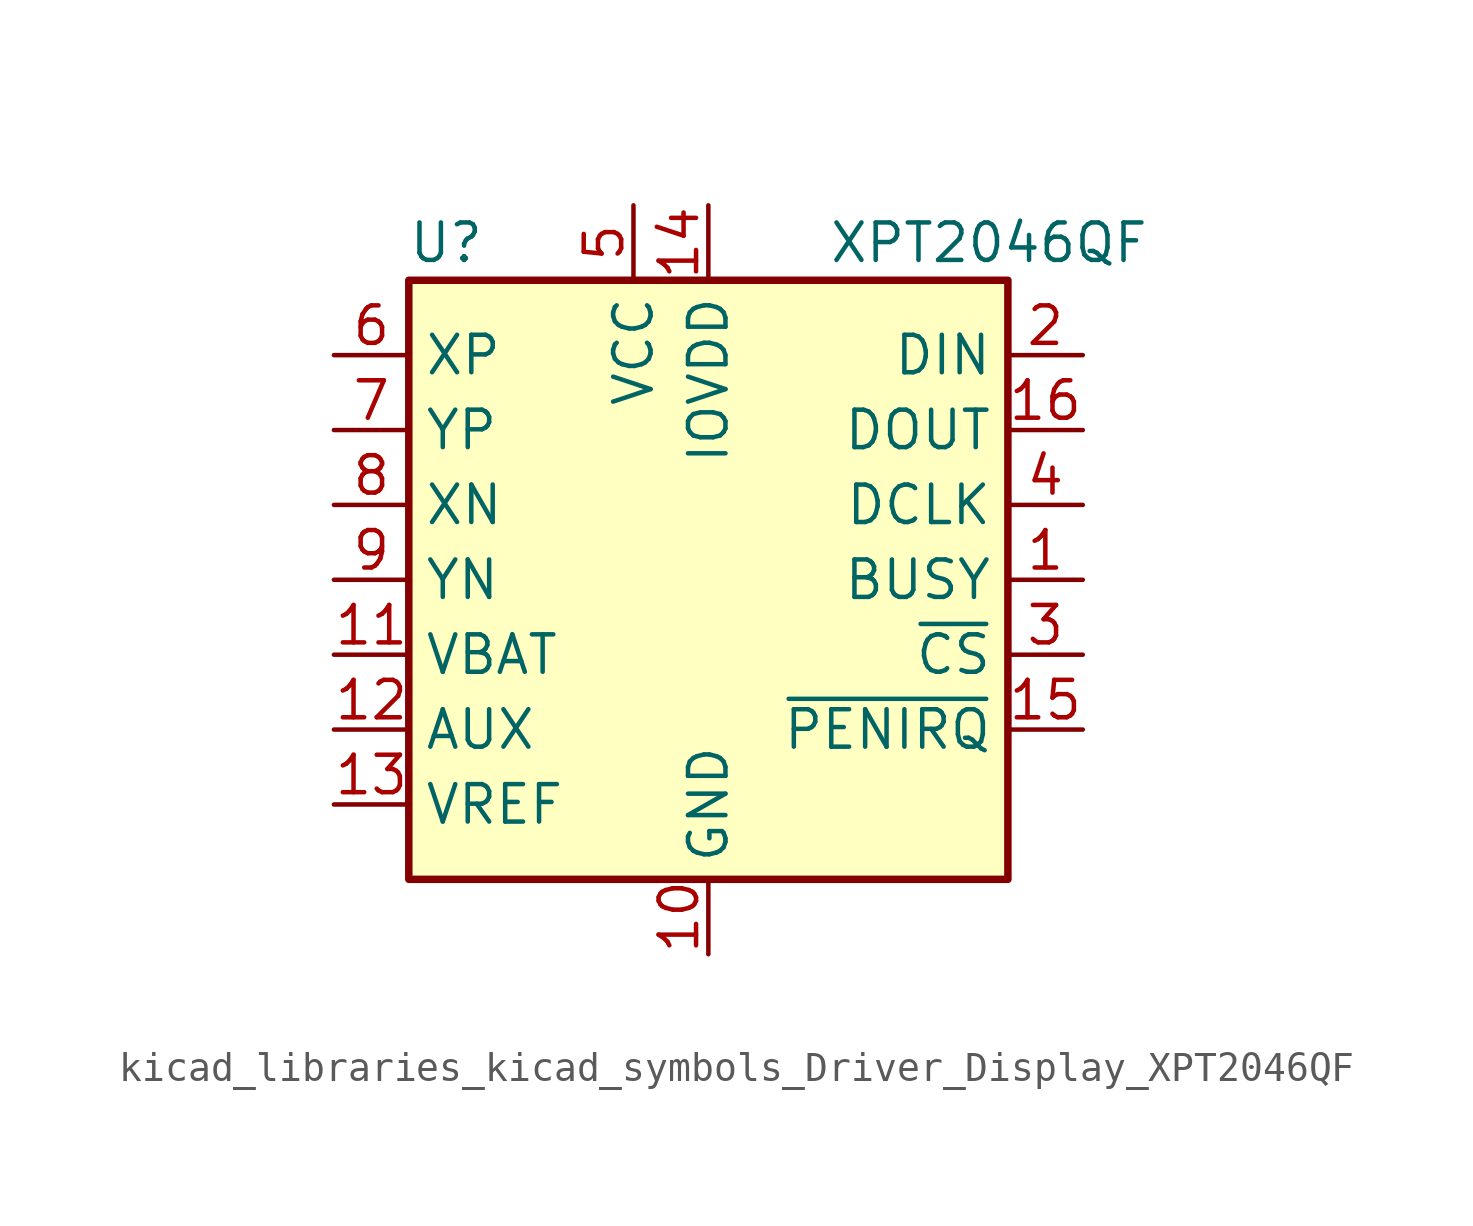
<source format=kicad_sym>
(kicad_symbol_lib
  (version 20220914)
  (generator kicad_symbol_editor)
  (symbol "kicad_libraries_kicad_symbols_Driver_Display_XPT2046QF"
    (property "Reference" "U"
      (at -8.89 11.43 0)
      (effects (font (size 1.27 1.27))))
    (property "Value" "XPT2046QF"
      (at 4.064 11.43 0)
      (effects (font (size 1.27 1.27)) (justify left)))
    (symbol "kicad_libraries_kicad_symbols_Driver_Display_XPT2046QF_0_1"
      (rectangle (start -10.16 10.16) (end 10.16 -10.16) (stroke (width 0.254) (type default)) (fill (type background))))
    (symbol "kicad_libraries_kicad_symbols_Driver_Display_XPT2046QF_1_1"
      (pin output line (at 12.7 0 180) (length 2.54) (name "BUSY" (effects (font (size 1.27 1.27)))) (number "1" (effects (font (size 1.27 1.27)))))
      (pin power_in line (at 0 -12.7 90) (length 2.54) (name "GND" (effects (font (size 1.27 1.27)))) (number "10" (effects (font (size 1.27 1.27)))))
      (pin power_in line (at -12.7 -2.54 0) (length 2.54) (name "VBAT" (effects (font (size 1.27 1.27)))) (number "11" (effects (font (size 1.27 1.27)))))
      (pin input line (at -12.7 -5.08 0) (length 2.54) (name "AUX" (effects (font (size 1.27 1.27)))) (number "12" (effects (font (size 1.27 1.27)))))
      (pin bidirectional line (at -12.7 -7.62 0) (length 2.54) (name "VREF" (effects (font (size 1.27 1.27)))) (number "13" (effects (font (size 1.27 1.27)))))
      (pin power_in line (at 0 12.7 270) (length 2.54) (name "IOVDD" (effects (font (size 1.27 1.27)))) (number "14" (effects (font (size 1.27 1.27)))))
      (pin open_collector line (at 12.7 -5.08 180) (length 2.54) (name "~{PENIRQ}" (effects (font (size 1.27 1.27)))) (number "15" (effects (font (size 1.27 1.27)))))
      (pin output line (at 12.7 5.08 180) (length 2.54) (name "DOUT" (effects (font (size 1.27 1.27)))) (number "16" (effects (font (size 1.27 1.27)))))
      (pin no_connect line (at 10.16 -7.62 180) (length 2.54) hide (name "NC" (effects (font (size 1.27 1.27)))) (number "17" (effects (font (size 1.27 1.27)))))
      (pin input line (at 12.7 7.62 180) (length 2.54) (name "DIN" (effects (font (size 1.27 1.27)))) (number "2" (effects (font (size 1.27 1.27)))))
      (pin input line (at 12.7 -2.54 180) (length 2.54) (name "~{CS}" (effects (font (size 1.27 1.27)))) (number "3" (effects (font (size 1.27 1.27)))))
      (pin input line (at 12.7 2.54 180) (length 2.54) (name "DCLK" (effects (font (size 1.27 1.27)))) (number "4" (effects (font (size 1.27 1.27)))))
      (pin power_in line (at -2.54 12.7 270) (length 2.54) (name "VCC" (effects (font (size 1.27 1.27)))) (number "5" (effects (font (size 1.27 1.27)))))
      (pin input line (at -12.7 7.62 0) (length 2.54) (name "XP" (effects (font (size 1.27 1.27)))) (number "6" (effects (font (size 1.27 1.27)))))
      (pin input line (at -12.7 5.08 0) (length 2.54) (name "YP" (effects (font (size 1.27 1.27)))) (number "7" (effects (font (size 1.27 1.27)))))
      (pin input line (at -12.7 2.54 0) (length 2.54) (name "XN" (effects (font (size 1.27 1.27)))) (number "8" (effects (font (size 1.27 1.27)))))
      (pin input line (at -12.7 0 0) (length 2.54) (name "YN" (effects (font (size 1.27 1.27)))) (number "9" (effects (font (size 1.27 1.27))))))))
</source>
